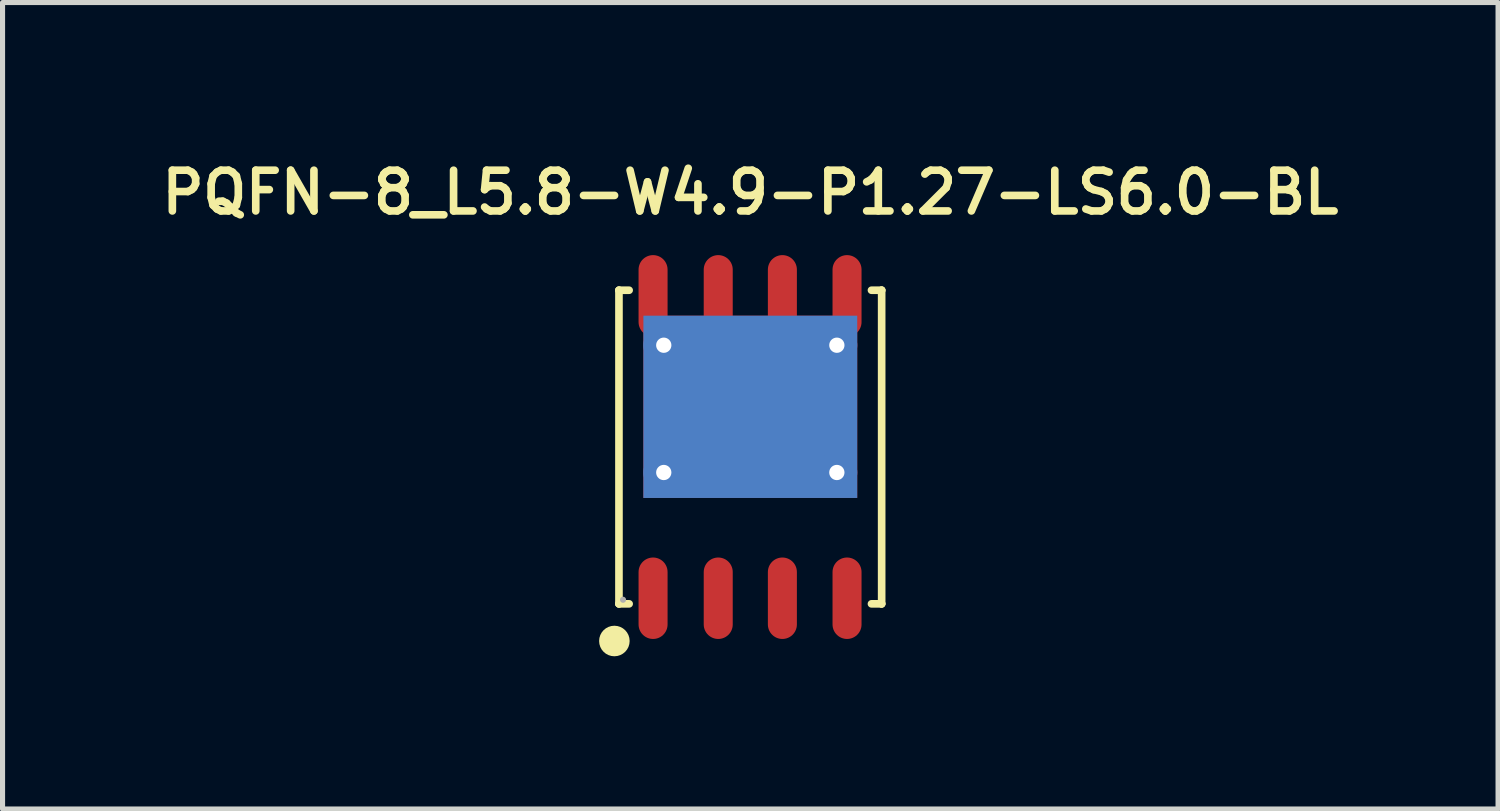
<source format=kicad_pcb>
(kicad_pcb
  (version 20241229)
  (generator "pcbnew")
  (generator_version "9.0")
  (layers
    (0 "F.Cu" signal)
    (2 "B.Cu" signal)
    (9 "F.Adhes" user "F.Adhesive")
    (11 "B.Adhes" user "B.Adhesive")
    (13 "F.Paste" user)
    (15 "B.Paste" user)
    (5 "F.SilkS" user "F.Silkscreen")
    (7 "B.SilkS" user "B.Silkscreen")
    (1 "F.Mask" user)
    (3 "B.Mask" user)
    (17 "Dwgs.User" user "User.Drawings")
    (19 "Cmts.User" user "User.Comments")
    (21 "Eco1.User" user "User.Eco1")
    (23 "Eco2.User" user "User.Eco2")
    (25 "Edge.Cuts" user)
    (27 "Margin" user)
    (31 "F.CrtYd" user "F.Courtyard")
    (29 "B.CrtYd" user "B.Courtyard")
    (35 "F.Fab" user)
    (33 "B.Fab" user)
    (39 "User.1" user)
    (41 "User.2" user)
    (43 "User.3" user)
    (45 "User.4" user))
  (footprint "PQFN-8_L5.8-W4.9-P1.27-LS6.0-BL"
    (layer "F.Cu")
    (at 11.688 5.731)
    (property "Reference" "PQFN-8_L5.8-W4.9-P1.27-LS6.0-BL" (at 0 -5 0) (layer "F.SilkS") (effects (font (size 0.8 0.8) (thickness 0.15))))
    (attr smd)
    (fp_line (start -2.58 -3.08) (end -2.58 -3.08) (stroke (width 0.15) (type solid)) (layer "F.SilkS"))
    (fp_line (start -2.58 -3.08) (end -2.38 -3.08) (stroke (width 0.15) (type solid)) (layer "F.SilkS"))
    (fp_line (start -2.58 3.08) (end -2.58 -3.08) (stroke (width 0.15) (type solid)) (layer "F.SilkS"))
    (fp_line (start -2.58 3.08) (end -2.58 3.08) (stroke (width 0.15) (type solid)) (layer "F.SilkS"))
    (fp_line (start -2.38 3.08) (end -2.58 3.08) (stroke (width 0.15) (type solid)) (layer "F.SilkS"))
    (fp_line (start 2.38 3.08) (end 2.58 3.08) (stroke (width 0.15) (type solid)) (layer "F.SilkS"))
    (fp_line (start 2.58 -3.08) (end 2.38 -3.08) (stroke (width 0.15) (type solid)) (layer "F.SilkS"))
    (fp_line (start 2.58 -3.08) (end 2.58 -3.08) (stroke (width 0.15) (type solid)) (layer "F.SilkS"))
    (fp_line (start 2.58 3.08) (end 2.58 -3.08) (stroke (width 0.15) (type solid)) (layer "F.SilkS"))
    (fp_line (start 2.58 3.08) (end 2.58 3.08) (stroke (width 0.15) (type solid)) (layer "F.SilkS"))
    (fp_circle (center -2.67 3.81) (end -2.52 3.81) (stroke (width 0.3) (type solid)) (fill no) (layer "F.SilkS"))
    (fp_circle (center -2.5 3) (end -2.47 3) (stroke (width 0.06) (type solid)) (fill no) (layer "F.Fab"))
    (pad "1" smd oval (at -1.91 2.97) (size 0.57 1.6) (layers "F.Cu" "F.Mask" "F.Paste"))
    (pad "2" smd oval (at -0.63 2.97) (size 0.57 1.6) (layers "F.Cu" "F.Mask" "F.Paste"))
    (pad "3" smd oval (at 0.63 2.97) (size 0.57 1.6) (layers "F.Cu" "F.Mask" "F.Paste"))
    (pad "4" smd oval (at 1.9 2.97) (size 0.57 1.6) (layers "F.Cu" "F.Mask" "F.Paste"))
    (pad "5" smd oval (at 1.9 -2.97) (size 0.57 1.6) (layers "F.Cu" "F.Mask" "F.Paste"))
    (pad "6" smd oval (at 0.63 -2.97) (size 0.57 1.6) (layers "F.Cu" "F.Mask" "F.Paste"))
    (pad "7" smd oval (at -0.63 -2.97) (size 0.57 1.6) (layers "F.Cu" "F.Mask" "F.Paste"))
    (pad "8" smd oval (at -1.91 -2.97) (size 0.57 1.6) (layers "F.Cu" "F.Mask" "F.Paste"))
    (pad "9" thru_hole circle (at -1.7 -2) (size 0.8 0.8) (drill 0.3) (property pad_prop_heatsink) (layers "*.Cu" "*.Mask"))
    (pad "9" thru_hole circle (at -1.7 0.5) (size 0.8 0.8) (drill 0.3) (property pad_prop_heatsink) (layers "*.Cu" "*.Mask"))
    (pad "9" smd rect (at 0 -0.79) (size 4.2 3.58) (layers "F.Cu" "F.Mask" "F.Paste"))
    (pad "9" smd rect (at 0 -0.79) (size 4.2 3.58) (layers "B.Cu" "B.Mask" "B.Paste"))
    (pad "9" thru_hole circle (at 1.7 -2) (size 0.8 0.8) (drill 0.3) (property pad_prop_heatsink) (layers "*.Cu" "*.Mask"))
    (pad "9" thru_hole circle (at 1.7 0.5) (size 0.8 0.8) (drill 0.3) (property pad_prop_heatsink) (layers "*.Cu" "*.Mask")))
  (gr_rect
    (start -3 -3)
    (end 26.376 12.841)
    (stroke (width 0.1) (type default))
    (fill no)
    (layer "Edge.Cuts")))
</source>
